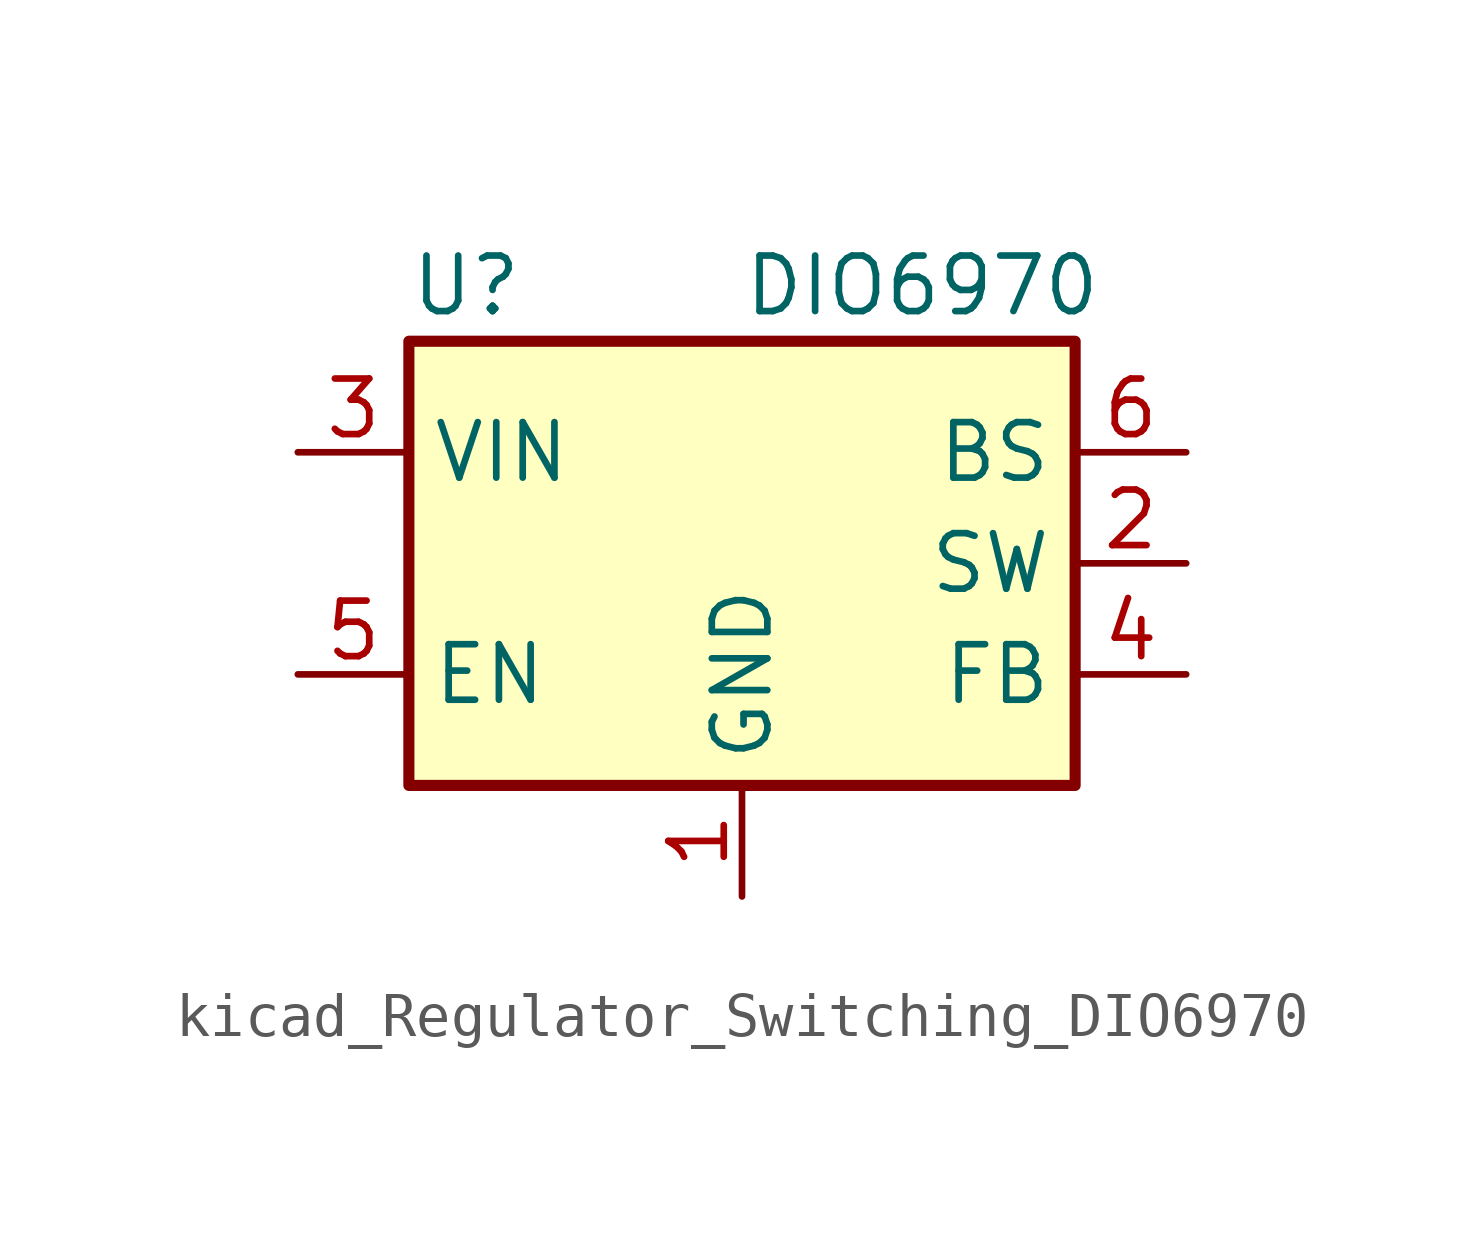
<source format=kicad_sym>
(kicad_symbol_lib
  (version 20220914)
  (generator kicad_symbol_editor)
  (symbol "kicad_Regulator_Switching_DIO6970"
    (property "Reference" "U"
      (at -7.62 6.35 0)
      (effects (font (size 1.27 1.27)) (justify left)))
    (property "Value" "DIO6970"
      (at 0 6.35 0)
      (effects (font (size 1.27 1.27)) (justify left)))
    (symbol "kicad_Regulator_Switching_DIO6970_0_1"
      (rectangle (start -7.62 5.08) (end 7.62 -5.08) (stroke (width 0.254) (type default)) (fill (type background))))
    (symbol "kicad_Regulator_Switching_DIO6970_1_1"
      (pin power_in line (at 0 -7.62 90) (length 2.54) (name "GND" (effects (font (size 1.27 1.27)))) (number "1" (effects (font (size 1.27 1.27)))))
      (pin power_out line (at 10.16 0 180) (length 2.54) (name "SW" (effects (font (size 1.27 1.27)))) (number "2" (effects (font (size 1.27 1.27)))))
      (pin power_in line (at -10.16 2.54 0) (length 2.54) (name "VIN" (effects (font (size 1.27 1.27)))) (number "3" (effects (font (size 1.27 1.27)))))
      (pin input line (at 10.16 -2.54 180) (length 2.54) (name "FB" (effects (font (size 1.27 1.27)))) (number "4" (effects (font (size 1.27 1.27)))))
      (pin input line (at -10.16 -2.54 0) (length 2.54) (name "EN" (effects (font (size 1.27 1.27)))) (number "5" (effects (font (size 1.27 1.27)))))
      (pin output line (at 10.16 2.54 180) (length 2.54) (name "BS" (effects (font (size 1.27 1.27)))) (number "6" (effects (font (size 1.27 1.27))))))))
</source>
